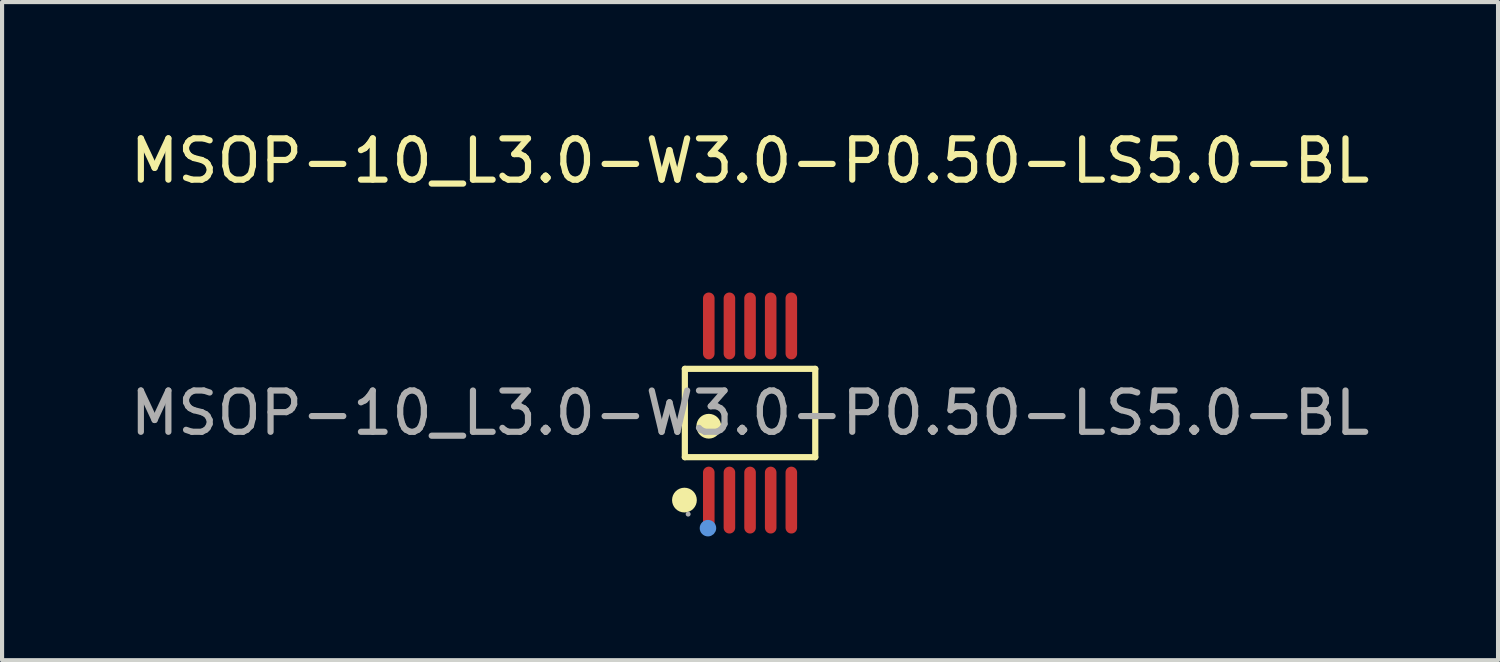
<source format=kicad_pcb>
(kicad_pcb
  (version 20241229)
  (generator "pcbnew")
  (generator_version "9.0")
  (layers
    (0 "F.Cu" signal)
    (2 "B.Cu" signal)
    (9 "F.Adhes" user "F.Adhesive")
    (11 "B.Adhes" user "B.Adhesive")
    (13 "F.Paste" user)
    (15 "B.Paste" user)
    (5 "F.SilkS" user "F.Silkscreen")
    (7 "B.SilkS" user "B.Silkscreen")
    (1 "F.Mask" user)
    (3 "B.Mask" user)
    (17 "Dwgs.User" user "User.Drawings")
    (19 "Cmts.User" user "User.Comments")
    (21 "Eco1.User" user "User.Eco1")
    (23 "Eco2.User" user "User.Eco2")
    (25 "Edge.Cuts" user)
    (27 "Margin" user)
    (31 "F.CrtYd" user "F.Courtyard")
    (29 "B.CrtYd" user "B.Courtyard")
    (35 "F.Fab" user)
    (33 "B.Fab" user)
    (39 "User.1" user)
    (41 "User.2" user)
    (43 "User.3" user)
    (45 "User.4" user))
  (footprint "MSOP-10_L3.0-W3.0-P0.50-LS5.0-BL"
    (layer "F.Cu")
    (at 15.125 6.958)
    (property "Reference" "MSOP-10_L3.0-W3.0-P0.50-LS5.0-BL" (at 0 -6.11 0) (layer "F.SilkS") (effects (font (size 1 1) (thickness 0.15))))
    (attr smd)
    (fp_line (start -1.58 -1.07) (end 1.58 -1.07) (stroke (width 0.15) (type solid)) (layer "F.SilkS"))
    (fp_line (start -1.58 1.07) (end -1.58 -1.07) (stroke (width 0.15) (type solid)) (layer "F.SilkS"))
    (fp_line (start 1.58 -1.07) (end 1.58 1.07) (stroke (width 0.15) (type solid)) (layer "F.SilkS"))
    (fp_line (start 1.58 1.07) (end -1.58 1.07) (stroke (width 0.15) (type solid)) (layer "F.SilkS"))
    (fp_circle (center -1.59 2.11) (end -1.44 2.11) (stroke (width 0.3) (type solid)) (fill no) (layer "F.SilkS"))
    (fp_circle (center -1 0.32) (end -0.85 0.32) (stroke (width 0.3) (type solid)) (fill no) (layer "F.SilkS"))
    (fp_circle (center -1.02 2.79) (end -0.92 2.79) (stroke (width 0.2) (type solid)) (fill no) (layer "Cmts.User"))
    (fp_circle (center -1.5 2.45) (end -1.47 2.45) (stroke (width 0.06) (type solid)) (fill no) (layer "F.Fab"))
    (fp_text user "${REFERENCE}" (at 0 0 0) (layer "F.Fab") (effects (font (size 1 1) (thickness 0.15))))
    (pad "1" smd oval (at -1 2.11) (size 0.28 1.62) (layers "F.Cu" "F.Mask" "F.Paste"))
    (pad "2" smd oval (at -0.5 2.11) (size 0.28 1.62) (layers "F.Cu" "F.Mask" "F.Paste"))
    (pad "3" smd oval (at 0 2.11) (size 0.28 1.62) (layers "F.Cu" "F.Mask" "F.Paste"))
    (pad "4" smd oval (at 0.5 2.11) (size 0.28 1.62) (layers "F.Cu" "F.Mask" "F.Paste"))
    (pad "5" smd oval (at 1 2.11) (size 0.28 1.62) (layers "F.Cu" "F.Mask" "F.Paste"))
    (pad "6" smd oval (at 1 -2.11) (size 0.28 1.62) (layers "F.Cu" "F.Mask" "F.Paste"))
    (pad "7" smd oval (at 0.5 -2.11) (size 0.28 1.62) (layers "F.Cu" "F.Mask" "F.Paste"))
    (pad "8" smd oval (at 0 -2.11) (size 0.28 1.62) (layers "F.Cu" "F.Mask" "F.Paste"))
    (pad "9" smd oval (at -0.5 -2.11) (size 0.28 1.62) (layers "F.Cu" "F.Mask" "F.Paste"))
    (pad "10" smd oval (at -1 -2.11) (size 0.28 1.62) (layers "F.Cu" "F.Mask" "F.Paste")))
  (gr_rect
    (start -3 -3)
    (end 33.25 12.948)
    (stroke (width 0.1) (type default))
    (fill no)
    (layer "Edge.Cuts")))
</source>
